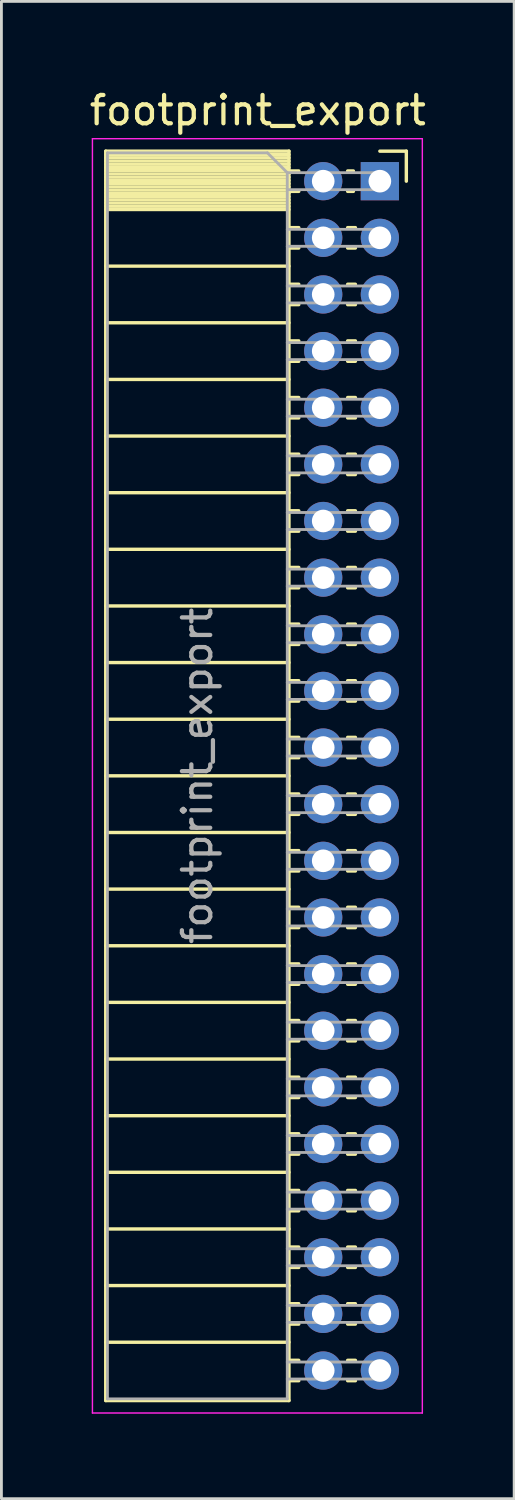
<source format=kicad_pcb>
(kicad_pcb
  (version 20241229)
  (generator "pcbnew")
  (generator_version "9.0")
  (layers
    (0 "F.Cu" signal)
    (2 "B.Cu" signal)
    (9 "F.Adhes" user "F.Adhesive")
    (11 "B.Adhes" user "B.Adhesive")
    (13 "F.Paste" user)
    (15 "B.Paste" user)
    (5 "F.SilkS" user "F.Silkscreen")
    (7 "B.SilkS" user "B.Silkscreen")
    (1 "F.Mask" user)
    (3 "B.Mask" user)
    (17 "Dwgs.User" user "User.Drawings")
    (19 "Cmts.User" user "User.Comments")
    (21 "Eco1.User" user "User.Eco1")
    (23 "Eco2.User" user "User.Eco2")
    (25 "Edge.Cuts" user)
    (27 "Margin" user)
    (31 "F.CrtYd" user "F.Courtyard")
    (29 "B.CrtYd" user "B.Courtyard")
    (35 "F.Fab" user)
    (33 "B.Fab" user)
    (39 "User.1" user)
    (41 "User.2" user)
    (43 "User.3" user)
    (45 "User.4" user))
  (footprint "footprint_export"
    (layer "F.Cu")
    (at 10.364 3.348)
    (property "Reference" "footprint_export" (at -4.31 -2.5 0) (layer "F.SilkS") (effects (font (size 1 1) (thickness 0.15))))
    (attr through_hole)
    (fp_line (start -9.68 -1.06) (end -9.68 43.06) (stroke (width 0.12) (type solid)) (layer "F.SilkS"))
    (fp_line (start -9.68 -1.06) (end -3.21 -1.06) (stroke (width 0.12) (type solid)) (layer "F.SilkS"))
    (fp_line (start -9.68 -0.94) (end -3.21 -0.94) (stroke (width 0.12) (type solid)) (layer "F.SilkS"))
    (fp_line (start -9.68 -0.826) (end -3.21 -0.826) (stroke (width 0.12) (type solid)) (layer "F.SilkS"))
    (fp_line (start -9.68 -0.712) (end -3.21 -0.712) (stroke (width 0.12) (type solid)) (layer "F.SilkS"))
    (fp_line (start -9.68 -0.598) (end -3.21 -0.598) (stroke (width 0.12) (type solid)) (layer "F.SilkS"))
    (fp_line (start -9.68 -0.484) (end -3.21 -0.484) (stroke (width 0.12) (type solid)) (layer "F.SilkS"))
    (fp_line (start -9.68 -0.369) (end -3.21 -0.369) (stroke (width 0.12) (type solid)) (layer "F.SilkS"))
    (fp_line (start -9.68 -0.255) (end -3.21 -0.255) (stroke (width 0.12) (type solid)) (layer "F.SilkS"))
    (fp_line (start -9.68 -0.141) (end -3.21 -0.141) (stroke (width 0.12) (type solid)) (layer "F.SilkS"))
    (fp_line (start -9.68 -0.027) (end -3.21 -0.027) (stroke (width 0.12) (type solid)) (layer "F.SilkS"))
    (fp_line (start -9.68 0.087) (end -3.21 0.087) (stroke (width 0.12) (type solid)) (layer "F.SilkS"))
    (fp_line (start -9.68 0.201) (end -3.21 0.201) (stroke (width 0.12) (type solid)) (layer "F.SilkS"))
    (fp_line (start -9.68 0.315) (end -3.21 0.315) (stroke (width 0.12) (type solid)) (layer "F.SilkS"))
    (fp_line (start -9.68 0.429) (end -3.21 0.429) (stroke (width 0.12) (type solid)) (layer "F.SilkS"))
    (fp_line (start -9.68 0.544) (end -3.21 0.544) (stroke (width 0.12) (type solid)) (layer "F.SilkS"))
    (fp_line (start -9.68 0.658) (end -3.21 0.658) (stroke (width 0.12) (type solid)) (layer "F.SilkS"))
    (fp_line (start -9.68 0.772) (end -3.21 0.772) (stroke (width 0.12) (type solid)) (layer "F.SilkS"))
    (fp_line (start -9.68 0.886) (end -3.21 0.886) (stroke (width 0.12) (type solid)) (layer "F.SilkS"))
    (fp_line (start -9.68 1) (end -3.21 1) (stroke (width 0.12) (type solid)) (layer "F.SilkS"))
    (fp_line (start -9.68 3) (end -3.21 3) (stroke (width 0.12) (type solid)) (layer "F.SilkS"))
    (fp_line (start -9.68 5) (end -3.21 5) (stroke (width 0.12) (type solid)) (layer "F.SilkS"))
    (fp_line (start -9.68 7) (end -3.21 7) (stroke (width 0.12) (type solid)) (layer "F.SilkS"))
    (fp_line (start -9.68 9) (end -3.21 9) (stroke (width 0.12) (type solid)) (layer "F.SilkS"))
    (fp_line (start -9.68 11) (end -3.21 11) (stroke (width 0.12) (type solid)) (layer "F.SilkS"))
    (fp_line (start -9.68 13) (end -3.21 13) (stroke (width 0.12) (type solid)) (layer "F.SilkS"))
    (fp_line (start -9.68 15) (end -3.21 15) (stroke (width 0.12) (type solid)) (layer "F.SilkS"))
    (fp_line (start -9.68 17) (end -3.21 17) (stroke (width 0.12) (type solid)) (layer "F.SilkS"))
    (fp_line (start -9.68 19) (end -3.21 19) (stroke (width 0.12) (type solid)) (layer "F.SilkS"))
    (fp_line (start -9.68 21) (end -3.21 21) (stroke (width 0.12) (type solid)) (layer "F.SilkS"))
    (fp_line (start -9.68 23) (end -3.21 23) (stroke (width 0.12) (type solid)) (layer "F.SilkS"))
    (fp_line (start -9.68 25) (end -3.21 25) (stroke (width 0.12) (type solid)) (layer "F.SilkS"))
    (fp_line (start -9.68 27) (end -3.21 27) (stroke (width 0.12) (type solid)) (layer "F.SilkS"))
    (fp_line (start -9.68 29) (end -3.21 29) (stroke (width 0.12) (type solid)) (layer "F.SilkS"))
    (fp_line (start -9.68 31) (end -3.21 31) (stroke (width 0.12) (type solid)) (layer "F.SilkS"))
    (fp_line (start -9.68 33) (end -3.21 33) (stroke (width 0.12) (type solid)) (layer "F.SilkS"))
    (fp_line (start -9.68 35) (end -3.21 35) (stroke (width 0.12) (type solid)) (layer "F.SilkS"))
    (fp_line (start -9.68 37) (end -3.21 37) (stroke (width 0.12) (type solid)) (layer "F.SilkS"))
    (fp_line (start -9.68 39) (end -3.21 39) (stroke (width 0.12) (type solid)) (layer "F.SilkS"))
    (fp_line (start -9.68 41) (end -3.21 41) (stroke (width 0.12) (type solid)) (layer "F.SilkS"))
    (fp_line (start -9.68 43.06) (end -3.21 43.06) (stroke (width 0.12) (type solid)) (layer "F.SilkS"))
    (fp_line (start -3.21 -1.06) (end -3.21 43.06) (stroke (width 0.12) (type solid)) (layer "F.SilkS"))
    (fp_line (start -3.21 -0.36) (end -2.863 -0.36) (stroke (width 0.12) (type solid)) (layer "F.SilkS"))
    (fp_line (start -3.21 0.36) (end -2.863 0.36) (stroke (width 0.12) (type solid)) (layer "F.SilkS"))
    (fp_line (start -3.21 1.64) (end -2.863 1.64) (stroke (width 0.12) (type solid)) (layer "F.SilkS"))
    (fp_line (start -3.21 2.36) (end -2.863 2.36) (stroke (width 0.12) (type solid)) (layer "F.SilkS"))
    (fp_line (start -3.21 3.64) (end -2.863 3.64) (stroke (width 0.12) (type solid)) (layer "F.SilkS"))
    (fp_line (start -3.21 4.36) (end -2.863 4.36) (stroke (width 0.12) (type solid)) (layer "F.SilkS"))
    (fp_line (start -3.21 5.64) (end -2.863 5.64) (stroke (width 0.12) (type solid)) (layer "F.SilkS"))
    (fp_line (start -3.21 6.36) (end -2.863 6.36) (stroke (width 0.12) (type solid)) (layer "F.SilkS"))
    (fp_line (start -3.21 7.64) (end -2.863 7.64) (stroke (width 0.12) (type solid)) (layer "F.SilkS"))
    (fp_line (start -3.21 8.36) (end -2.863 8.36) (stroke (width 0.12) (type solid)) (layer "F.SilkS"))
    (fp_line (start -3.21 9.64) (end -2.863 9.64) (stroke (width 0.12) (type solid)) (layer "F.SilkS"))
    (fp_line (start -3.21 10.36) (end -2.863 10.36) (stroke (width 0.12) (type solid)) (layer "F.SilkS"))
    (fp_line (start -3.21 11.64) (end -2.863 11.64) (stroke (width 0.12) (type solid)) (layer "F.SilkS"))
    (fp_line (start -3.21 12.36) (end -2.863 12.36) (stroke (width 0.12) (type solid)) (layer "F.SilkS"))
    (fp_line (start -3.21 13.64) (end -2.863 13.64) (stroke (width 0.12) (type solid)) (layer "F.SilkS"))
    (fp_line (start -3.21 14.36) (end -2.863 14.36) (stroke (width 0.12) (type solid)) (layer "F.SilkS"))
    (fp_line (start -3.21 15.64) (end -2.863 15.64) (stroke (width 0.12) (type solid)) (layer "F.SilkS"))
    (fp_line (start -3.21 16.36) (end -2.863 16.36) (stroke (width 0.12) (type solid)) (layer "F.SilkS"))
    (fp_line (start -3.21 17.64) (end -2.863 17.64) (stroke (width 0.12) (type solid)) (layer "F.SilkS"))
    (fp_line (start -3.21 18.36) (end -2.863 18.36) (stroke (width 0.12) (type solid)) (layer "F.SilkS"))
    (fp_line (start -3.21 19.64) (end -2.863 19.64) (stroke (width 0.12) (type solid)) (layer "F.SilkS"))
    (fp_line (start -3.21 20.36) (end -2.863 20.36) (stroke (width 0.12) (type solid)) (layer "F.SilkS"))
    (fp_line (start -3.21 21.64) (end -2.863 21.64) (stroke (width 0.12) (type solid)) (layer "F.SilkS"))
    (fp_line (start -3.21 22.36) (end -2.863 22.36) (stroke (width 0.12) (type solid)) (layer "F.SilkS"))
    (fp_line (start -3.21 23.64) (end -2.863 23.64) (stroke (width 0.12) (type solid)) (layer "F.SilkS"))
    (fp_line (start -3.21 24.36) (end -2.863 24.36) (stroke (width 0.12) (type solid)) (layer "F.SilkS"))
    (fp_line (start -3.21 25.64) (end -2.863 25.64) (stroke (width 0.12) (type solid)) (layer "F.SilkS"))
    (fp_line (start -3.21 26.36) (end -2.863 26.36) (stroke (width 0.12) (type solid)) (layer "F.SilkS"))
    (fp_line (start -3.21 27.64) (end -2.863 27.64) (stroke (width 0.12) (type solid)) (layer "F.SilkS"))
    (fp_line (start -3.21 28.36) (end -2.863 28.36) (stroke (width 0.12) (type solid)) (layer "F.SilkS"))
    (fp_line (start -3.21 29.64) (end -2.863 29.64) (stroke (width 0.12) (type solid)) (layer "F.SilkS"))
    (fp_line (start -3.21 30.36) (end -2.863 30.36) (stroke (width 0.12) (type solid)) (layer "F.SilkS"))
    (fp_line (start -3.21 31.64) (end -2.863 31.64) (stroke (width 0.12) (type solid)) (layer "F.SilkS"))
    (fp_line (start -3.21 32.36) (end -2.863 32.36) (stroke (width 0.12) (type solid)) (layer "F.SilkS"))
    (fp_line (start -3.21 33.64) (end -2.863 33.64) (stroke (width 0.12) (type solid)) (layer "F.SilkS"))
    (fp_line (start -3.21 34.36) (end -2.863 34.36) (stroke (width 0.12) (type solid)) (layer "F.SilkS"))
    (fp_line (start -3.21 35.64) (end -2.863 35.64) (stroke (width 0.12) (type solid)) (layer "F.SilkS"))
    (fp_line (start -3.21 36.36) (end -2.863 36.36) (stroke (width 0.12) (type solid)) (layer "F.SilkS"))
    (fp_line (start -3.21 37.64) (end -2.863 37.64) (stroke (width 0.12) (type solid)) (layer "F.SilkS"))
    (fp_line (start -3.21 38.36) (end -2.863 38.36) (stroke (width 0.12) (type solid)) (layer "F.SilkS"))
    (fp_line (start -3.21 39.64) (end -2.863 39.64) (stroke (width 0.12) (type solid)) (layer "F.SilkS"))
    (fp_line (start -3.21 40.36) (end -2.863 40.36) (stroke (width 0.12) (type solid)) (layer "F.SilkS"))
    (fp_line (start -3.21 41.64) (end -2.863 41.64) (stroke (width 0.12) (type solid)) (layer "F.SilkS"))
    (fp_line (start -3.21 42.36) (end -2.863 42.36) (stroke (width 0.12) (type solid)) (layer "F.SilkS"))
    (fp_line (start -1.137 -0.36) (end -0.935 -0.36) (stroke (width 0.12) (type solid)) (layer "F.SilkS"))
    (fp_line (start -1.137 0.36) (end -0.935 0.36) (stroke (width 0.12) (type solid)) (layer "F.SilkS"))
    (fp_line (start -1.137 1.64) (end -0.863 1.64) (stroke (width 0.12) (type solid)) (layer "F.SilkS"))
    (fp_line (start -1.137 2.36) (end -0.863 2.36) (stroke (width 0.12) (type solid)) (layer "F.SilkS"))
    (fp_line (start -1.137 3.64) (end -0.863 3.64) (stroke (width 0.12) (type solid)) (layer "F.SilkS"))
    (fp_line (start -1.137 4.36) (end -0.863 4.36) (stroke (width 0.12) (type solid)) (layer "F.SilkS"))
    (fp_line (start -1.137 5.64) (end -0.863 5.64) (stroke (width 0.12) (type solid)) (layer "F.SilkS"))
    (fp_line (start -1.137 6.36) (end -0.863 6.36) (stroke (width 0.12) (type solid)) (layer "F.SilkS"))
    (fp_line (start -1.137 7.64) (end -0.863 7.64) (stroke (width 0.12) (type solid)) (layer "F.SilkS"))
    (fp_line (start -1.137 8.36) (end -0.863 8.36) (stroke (width 0.12) (type solid)) (layer "F.SilkS"))
    (fp_line (start -1.137 9.64) (end -0.863 9.64) (stroke (width 0.12) (type solid)) (layer "F.SilkS"))
    (fp_line (start -1.137 10.36) (end -0.863 10.36) (stroke (width 0.12) (type solid)) (layer "F.SilkS"))
    (fp_line (start -1.137 11.64) (end -0.863 11.64) (stroke (width 0.12) (type solid)) (layer "F.SilkS"))
    (fp_line (start -1.137 12.36) (end -0.863 12.36) (stroke (width 0.12) (type solid)) (layer "F.SilkS"))
    (fp_line (start -1.137 13.64) (end -0.863 13.64) (stroke (width 0.12) (type solid)) (layer "F.SilkS"))
    (fp_line (start -1.137 14.36) (end -0.863 14.36) (stroke (width 0.12) (type solid)) (layer "F.SilkS"))
    (fp_line (start -1.137 15.64) (end -0.863 15.64) (stroke (width 0.12) (type solid)) (layer "F.SilkS"))
    (fp_line (start -1.137 16.36) (end -0.863 16.36) (stroke (width 0.12) (type solid)) (layer "F.SilkS"))
    (fp_line (start -1.137 17.64) (end -0.863 17.64) (stroke (width 0.12) (type solid)) (layer "F.SilkS"))
    (fp_line (start -1.137 18.36) (end -0.863 18.36) (stroke (width 0.12) (type solid)) (layer "F.SilkS"))
    (fp_line (start -1.137 19.64) (end -0.863 19.64) (stroke (width 0.12) (type solid)) (layer "F.SilkS"))
    (fp_line (start -1.137 20.36) (end -0.863 20.36) (stroke (width 0.12) (type solid)) (layer "F.SilkS"))
    (fp_line (start -1.137 21.64) (end -0.863 21.64) (stroke (width 0.12) (type solid)) (layer "F.SilkS"))
    (fp_line (start -1.137 22.36) (end -0.863 22.36) (stroke (width 0.12) (type solid)) (layer "F.SilkS"))
    (fp_line (start -1.137 23.64) (end -0.863 23.64) (stroke (width 0.12) (type solid)) (layer "F.SilkS"))
    (fp_line (start -1.137 24.36) (end -0.863 24.36) (stroke (width 0.12) (type solid)) (layer "F.SilkS"))
    (fp_line (start -1.137 25.64) (end -0.863 25.64) (stroke (width 0.12) (type solid)) (layer "F.SilkS"))
    (fp_line (start -1.137 26.36) (end -0.863 26.36) (stroke (width 0.12) (type solid)) (layer "F.SilkS"))
    (fp_line (start -1.137 27.64) (end -0.863 27.64) (stroke (width 0.12) (type solid)) (layer "F.SilkS"))
    (fp_line (start -1.137 28.36) (end -0.863 28.36) (stroke (width 0.12) (type solid)) (layer "F.SilkS"))
    (fp_line (start -1.137 29.64) (end -0.863 29.64) (stroke (width 0.12) (type solid)) (layer "F.SilkS"))
    (fp_line (start -1.137 30.36) (end -0.863 30.36) (stroke (width 0.12) (type solid)) (layer "F.SilkS"))
    (fp_line (start -1.137 31.64) (end -0.863 31.64) (stroke (width 0.12) (type solid)) (layer "F.SilkS"))
    (fp_line (start -1.137 32.36) (end -0.863 32.36) (stroke (width 0.12) (type solid)) (layer "F.SilkS"))
    (fp_line (start -1.137 33.64) (end -0.863 33.64) (stroke (width 0.12) (type solid)) (layer "F.SilkS"))
    (fp_line (start -1.137 34.36) (end -0.863 34.36) (stroke (width 0.12) (type solid)) (layer "F.SilkS"))
    (fp_line (start -1.137 35.64) (end -0.863 35.64) (stroke (width 0.12) (type solid)) (layer "F.SilkS"))
    (fp_line (start -1.137 36.36) (end -0.863 36.36) (stroke (width 0.12) (type solid)) (layer "F.SilkS"))
    (fp_line (start -1.137 37.64) (end -0.863 37.64) (stroke (width 0.12) (type solid)) (layer "F.SilkS"))
    (fp_line (start -1.137 38.36) (end -0.863 38.36) (stroke (width 0.12) (type solid)) (layer "F.SilkS"))
    (fp_line (start -1.137 39.64) (end -0.863 39.64) (stroke (width 0.12) (type solid)) (layer "F.SilkS"))
    (fp_line (start -1.137 40.36) (end -0.863 40.36) (stroke (width 0.12) (type solid)) (layer "F.SilkS"))
    (fp_line (start -1.137 41.64) (end -0.863 41.64) (stroke (width 0.12) (type solid)) (layer "F.SilkS"))
    (fp_line (start -1.137 42.36) (end -0.863 42.36) (stroke (width 0.12) (type solid)) (layer "F.SilkS"))
    (fp_line (start 0 -1.06) (end 0.935 -1.06) (stroke (width 0.12) (type solid)) (layer "F.SilkS"))
    (fp_line (start 0.935 -1.06) (end 0.935 0) (stroke (width 0.12) (type solid)) (layer "F.SilkS"))
    (fp_line (start -10.15 -1.5) (end -10.15 43.5) (stroke (width 0.05) (type solid)) (layer "F.CrtYd"))
    (fp_line (start -10.15 43.5) (end 1.5 43.5) (stroke (width 0.05) (type solid)) (layer "F.CrtYd"))
    (fp_line (start 1.5 -1.5) (end -10.15 -1.5) (stroke (width 0.05) (type solid)) (layer "F.CrtYd"))
    (fp_line (start 1.5 43.5) (end 1.5 -1.5) (stroke (width 0.05) (type solid)) (layer "F.CrtYd"))
    (fp_line (start -9.62 -1) (end -3.97 -1) (stroke (width 0.1) (type solid)) (layer "F.Fab"))
    (fp_line (start -9.62 43) (end -9.62 -1) (stroke (width 0.1) (type solid)) (layer "F.Fab"))
    (fp_line (start -3.97 -1) (end -3.27 -0.3) (stroke (width 0.1) (type solid)) (layer "F.Fab"))
    (fp_line (start -3.27 -0.3) (end -3.27 43) (stroke (width 0.1) (type solid)) (layer "F.Fab"))
    (fp_line (start -3.27 0.3) (end 0 0.3) (stroke (width 0.1) (type solid)) (layer "F.Fab"))
    (fp_line (start -3.27 2.3) (end 0 2.3) (stroke (width 0.1) (type solid)) (layer "F.Fab"))
    (fp_line (start -3.27 4.3) (end 0 4.3) (stroke (width 0.1) (type solid)) (layer "F.Fab"))
    (fp_line (start -3.27 6.3) (end 0 6.3) (stroke (width 0.1) (type solid)) (layer "F.Fab"))
    (fp_line (start -3.27 8.3) (end 0 8.3) (stroke (width 0.1) (type solid)) (layer "F.Fab"))
    (fp_line (start -3.27 10.3) (end 0 10.3) (stroke (width 0.1) (type solid)) (layer "F.Fab"))
    (fp_line (start -3.27 12.3) (end 0 12.3) (stroke (width 0.1) (type solid)) (layer "F.Fab"))
    (fp_line (start -3.27 14.3) (end 0 14.3) (stroke (width 0.1) (type solid)) (layer "F.Fab"))
    (fp_line (start -3.27 16.3) (end 0 16.3) (stroke (width 0.1) (type solid)) (layer "F.Fab"))
    (fp_line (start -3.27 18.3) (end 0 18.3) (stroke (width 0.1) (type solid)) (layer "F.Fab"))
    (fp_line (start -3.27 20.3) (end 0 20.3) (stroke (width 0.1) (type solid)) (layer "F.Fab"))
    (fp_line (start -3.27 22.3) (end 0 22.3) (stroke (width 0.1) (type solid)) (layer "F.Fab"))
    (fp_line (start -3.27 24.3) (end 0 24.3) (stroke (width 0.1) (type solid)) (layer "F.Fab"))
    (fp_line (start -3.27 26.3) (end 0 26.3) (stroke (width 0.1) (type solid)) (layer "F.Fab"))
    (fp_line (start -3.27 28.3) (end 0 28.3) (stroke (width 0.1) (type solid)) (layer "F.Fab"))
    (fp_line (start -3.27 30.3) (end 0 30.3) (stroke (width 0.1) (type solid)) (layer "F.Fab"))
    (fp_line (start -3.27 32.3) (end 0 32.3) (stroke (width 0.1) (type solid)) (layer "F.Fab"))
    (fp_line (start -3.27 34.3) (end 0 34.3) (stroke (width 0.1) (type solid)) (layer "F.Fab"))
    (fp_line (start -3.27 36.3) (end 0 36.3) (stroke (width 0.1) (type solid)) (layer "F.Fab"))
    (fp_line (start -3.27 38.3) (end 0 38.3) (stroke (width 0.1) (type solid)) (layer "F.Fab"))
    (fp_line (start -3.27 40.3) (end 0 40.3) (stroke (width 0.1) (type solid)) (layer "F.Fab"))
    (fp_line (start -3.27 42.3) (end 0 42.3) (stroke (width 0.1) (type solid)) (layer "F.Fab"))
    (fp_line (start -3.27 43) (end -9.62 43) (stroke (width 0.1) (type solid)) (layer "F.Fab"))
    (fp_line (start 0 -0.3) (end -3.27 -0.3) (stroke (width 0.1) (type solid)) (layer "F.Fab"))
    (fp_line (start 0 0.3) (end 0 -0.3) (stroke (width 0.1) (type solid)) (layer "F.Fab"))
    (fp_line (start 0 1.7) (end -3.27 1.7) (stroke (width 0.1) (type solid)) (layer "F.Fab"))
    (fp_line (start 0 2.3) (end 0 1.7) (stroke (width 0.1) (type solid)) (layer "F.Fab"))
    (fp_line (start 0 3.7) (end -3.27 3.7) (stroke (width 0.1) (type solid)) (layer "F.Fab"))
    (fp_line (start 0 4.3) (end 0 3.7) (stroke (width 0.1) (type solid)) (layer "F.Fab"))
    (fp_line (start 0 5.7) (end -3.27 5.7) (stroke (width 0.1) (type solid)) (layer "F.Fab"))
    (fp_line (start 0 6.3) (end 0 5.7) (stroke (width 0.1) (type solid)) (layer "F.Fab"))
    (fp_line (start 0 7.7) (end -3.27 7.7) (stroke (width 0.1) (type solid)) (layer "F.Fab"))
    (fp_line (start 0 8.3) (end 0 7.7) (stroke (width 0.1) (type solid)) (layer "F.Fab"))
    (fp_line (start 0 9.7) (end -3.27 9.7) (stroke (width 0.1) (type solid)) (layer "F.Fab"))
    (fp_line (start 0 10.3) (end 0 9.7) (stroke (width 0.1) (type solid)) (layer "F.Fab"))
    (fp_line (start 0 11.7) (end -3.27 11.7) (stroke (width 0.1) (type solid)) (layer "F.Fab"))
    (fp_line (start 0 12.3) (end 0 11.7) (stroke (width 0.1) (type solid)) (layer "F.Fab"))
    (fp_line (start 0 13.7) (end -3.27 13.7) (stroke (width 0.1) (type solid)) (layer "F.Fab"))
    (fp_line (start 0 14.3) (end 0 13.7) (stroke (width 0.1) (type solid)) (layer "F.Fab"))
    (fp_line (start 0 15.7) (end -3.27 15.7) (stroke (width 0.1) (type solid)) (layer "F.Fab"))
    (fp_line (start 0 16.3) (end 0 15.7) (stroke (width 0.1) (type solid)) (layer "F.Fab"))
    (fp_line (start 0 17.7) (end -3.27 17.7) (stroke (width 0.1) (type solid)) (layer "F.Fab"))
    (fp_line (start 0 18.3) (end 0 17.7) (stroke (width 0.1) (type solid)) (layer "F.Fab"))
    (fp_line (start 0 19.7) (end -3.27 19.7) (stroke (width 0.1) (type solid)) (layer "F.Fab"))
    (fp_line (start 0 20.3) (end 0 19.7) (stroke (width 0.1) (type solid)) (layer "F.Fab"))
    (fp_line (start 0 21.7) (end -3.27 21.7) (stroke (width 0.1) (type solid)) (layer "F.Fab"))
    (fp_line (start 0 22.3) (end 0 21.7) (stroke (width 0.1) (type solid)) (layer "F.Fab"))
    (fp_line (start 0 23.7) (end -3.27 23.7) (stroke (width 0.1) (type solid)) (layer "F.Fab"))
    (fp_line (start 0 24.3) (end 0 23.7) (stroke (width 0.1) (type solid)) (layer "F.Fab"))
    (fp_line (start 0 25.7) (end -3.27 25.7) (stroke (width 0.1) (type solid)) (layer "F.Fab"))
    (fp_line (start 0 26.3) (end 0 25.7) (stroke (width 0.1) (type solid)) (layer "F.Fab"))
    (fp_line (start 0 27.7) (end -3.27 27.7) (stroke (width 0.1) (type solid)) (layer "F.Fab"))
    (fp_line (start 0 28.3) (end 0 27.7) (stroke (width 0.1) (type solid)) (layer "F.Fab"))
    (fp_line (start 0 29.7) (end -3.27 29.7) (stroke (width 0.1) (type solid)) (layer "F.Fab"))
    (fp_line (start 0 30.3) (end 0 29.7) (stroke (width 0.1) (type solid)) (layer "F.Fab"))
    (fp_line (start 0 31.7) (end -3.27 31.7) (stroke (width 0.1) (type solid)) (layer "F.Fab"))
    (fp_line (start 0 32.3) (end 0 31.7) (stroke (width 0.1) (type solid)) (layer "F.Fab"))
    (fp_line (start 0 33.7) (end -3.27 33.7) (stroke (width 0.1) (type solid)) (layer "F.Fab"))
    (fp_line (start 0 34.3) (end 0 33.7) (stroke (width 0.1) (type solid)) (layer "F.Fab"))
    (fp_line (start 0 35.7) (end -3.27 35.7) (stroke (width 0.1) (type solid)) (layer "F.Fab"))
    (fp_line (start 0 36.3) (end 0 35.7) (stroke (width 0.1) (type solid)) (layer "F.Fab"))
    (fp_line (start 0 37.7) (end -3.27 37.7) (stroke (width 0.1) (type solid)) (layer "F.Fab"))
    (fp_line (start 0 38.3) (end 0 37.7) (stroke (width 0.1) (type solid)) (layer "F.Fab"))
    (fp_line (start 0 39.7) (end -3.27 39.7) (stroke (width 0.1) (type solid)) (layer "F.Fab"))
    (fp_line (start 0 40.3) (end 0 39.7) (stroke (width 0.1) (type solid)) (layer "F.Fab"))
    (fp_line (start 0 41.7) (end -3.27 41.7) (stroke (width 0.1) (type solid)) (layer "F.Fab"))
    (fp_line (start 0 42.3) (end 0 41.7) (stroke (width 0.1) (type solid)) (layer "F.Fab"))
    (fp_text user "${REFERENCE}" (at -6.445 21 90) (layer "F.Fab") (effects (font (size 1 1) (thickness 0.15))))
    (pad "1" thru_hole rect (at 0 0) (size 1.35 1.35) (drill 0.8) (layers "*.Cu" "*.Mask"))
    (pad "2" thru_hole oval (at -2 0) (size 1.35 1.35) (drill 0.8) (layers "*.Cu" "*.Mask"))
    (pad "3" thru_hole oval (at 0 2) (size 1.35 1.35) (drill 0.8) (layers "*.Cu" "*.Mask"))
    (pad "4" thru_hole oval (at -2 2) (size 1.35 1.35) (drill 0.8) (layers "*.Cu" "*.Mask"))
    (pad "5" thru_hole oval (at 0 4) (size 1.35 1.35) (drill 0.8) (layers "*.Cu" "*.Mask"))
    (pad "6" thru_hole oval (at -2 4) (size 1.35 1.35) (drill 0.8) (layers "*.Cu" "*.Mask"))
    (pad "7" thru_hole oval (at 0 6) (size 1.35 1.35) (drill 0.8) (layers "*.Cu" "*.Mask"))
    (pad "8" thru_hole oval (at -2 6) (size 1.35 1.35) (drill 0.8) (layers "*.Cu" "*.Mask"))
    (pad "9" thru_hole oval (at 0 8) (size 1.35 1.35) (drill 0.8) (layers "*.Cu" "*.Mask"))
    (pad "10" thru_hole oval (at -2 8) (size 1.35 1.35) (drill 0.8) (layers "*.Cu" "*.Mask"))
    (pad "11" thru_hole oval (at 0 10) (size 1.35 1.35) (drill 0.8) (layers "*.Cu" "*.Mask"))
    (pad "12" thru_hole oval (at -2 10) (size 1.35 1.35) (drill 0.8) (layers "*.Cu" "*.Mask"))
    (pad "13" thru_hole oval (at 0 12) (size 1.35 1.35) (drill 0.8) (layers "*.Cu" "*.Mask"))
    (pad "14" thru_hole oval (at -2 12) (size 1.35 1.35) (drill 0.8) (layers "*.Cu" "*.Mask"))
    (pad "15" thru_hole oval (at 0 14) (size 1.35 1.35) (drill 0.8) (layers "*.Cu" "*.Mask"))
    (pad "16" thru_hole oval (at -2 14) (size 1.35 1.35) (drill 0.8) (layers "*.Cu" "*.Mask"))
    (pad "17" thru_hole oval (at 0 16) (size 1.35 1.35) (drill 0.8) (layers "*.Cu" "*.Mask"))
    (pad "18" thru_hole oval (at -2 16) (size 1.35 1.35) (drill 0.8) (layers "*.Cu" "*.Mask"))
    (pad "19" thru_hole oval (at 0 18) (size 1.35 1.35) (drill 0.8) (layers "*.Cu" "*.Mask"))
    (pad "20" thru_hole oval (at -2 18) (size 1.35 1.35) (drill 0.8) (layers "*.Cu" "*.Mask"))
    (pad "21" thru_hole oval (at 0 20) (size 1.35 1.35) (drill 0.8) (layers "*.Cu" "*.Mask"))
    (pad "22" thru_hole oval (at -2 20) (size 1.35 1.35) (drill 0.8) (layers "*.Cu" "*.Mask"))
    (pad "23" thru_hole oval (at 0 22) (size 1.35 1.35) (drill 0.8) (layers "*.Cu" "*.Mask"))
    (pad "24" thru_hole oval (at -2 22) (size 1.35 1.35) (drill 0.8) (layers "*.Cu" "*.Mask"))
    (pad "25" thru_hole oval (at 0 24) (size 1.35 1.35) (drill 0.8) (layers "*.Cu" "*.Mask"))
    (pad "26" thru_hole oval (at -2 24) (size 1.35 1.35) (drill 0.8) (layers "*.Cu" "*.Mask"))
    (pad "27" thru_hole oval (at 0 26) (size 1.35 1.35) (drill 0.8) (layers "*.Cu" "*.Mask"))
    (pad "28" thru_hole oval (at -2 26) (size 1.35 1.35) (drill 0.8) (layers "*.Cu" "*.Mask"))
    (pad "29" thru_hole oval (at 0 28) (size 1.35 1.35) (drill 0.8) (layers "*.Cu" "*.Mask"))
    (pad "30" thru_hole oval (at -2 28) (size 1.35 1.35) (drill 0.8) (layers "*.Cu" "*.Mask"))
    (pad "31" thru_hole oval (at 0 30) (size 1.35 1.35) (drill 0.8) (layers "*.Cu" "*.Mask"))
    (pad "32" thru_hole oval (at -2 30) (size 1.35 1.35) (drill 0.8) (layers "*.Cu" "*.Mask"))
    (pad "33" thru_hole oval (at 0 32) (size 1.35 1.35) (drill 0.8) (layers "*.Cu" "*.Mask"))
    (pad "34" thru_hole oval (at -2 32) (size 1.35 1.35) (drill 0.8) (layers "*.Cu" "*.Mask"))
    (pad "35" thru_hole oval (at 0 34) (size 1.35 1.35) (drill 0.8) (layers "*.Cu" "*.Mask"))
    (pad "36" thru_hole oval (at -2 34) (size 1.35 1.35) (drill 0.8) (layers "*.Cu" "*.Mask"))
    (pad "37" thru_hole oval (at 0 36) (size 1.35 1.35) (drill 0.8) (layers "*.Cu" "*.Mask"))
    (pad "38" thru_hole oval (at -2 36) (size 1.35 1.35) (drill 0.8) (layers "*.Cu" "*.Mask"))
    (pad "39" thru_hole oval (at 0 38) (size 1.35 1.35) (drill 0.8) (layers "*.Cu" "*.Mask"))
    (pad "40" thru_hole oval (at -2 38) (size 1.35 1.35) (drill 0.8) (layers "*.Cu" "*.Mask"))
    (pad "41" thru_hole oval (at 0 40) (size 1.35 1.35) (drill 0.8) (layers "*.Cu" "*.Mask"))
    (pad "42" thru_hole oval (at -2 40) (size 1.35 1.35) (drill 0.8) (layers "*.Cu" "*.Mask"))
    (pad "43" thru_hole oval (at 0 42) (size 1.35 1.35) (drill 0.8) (layers "*.Cu" "*.Mask"))
    (pad "44" thru_hole oval (at -2 42) (size 1.35 1.35) (drill 0.8) (layers "*.Cu" "*.Mask")))
  (gr_rect
    (start -3 -3)
    (end 15.107 49.873)
    (stroke (width 0.1) (type default))
    (fill no)
    (layer "Edge.Cuts")))
</source>
